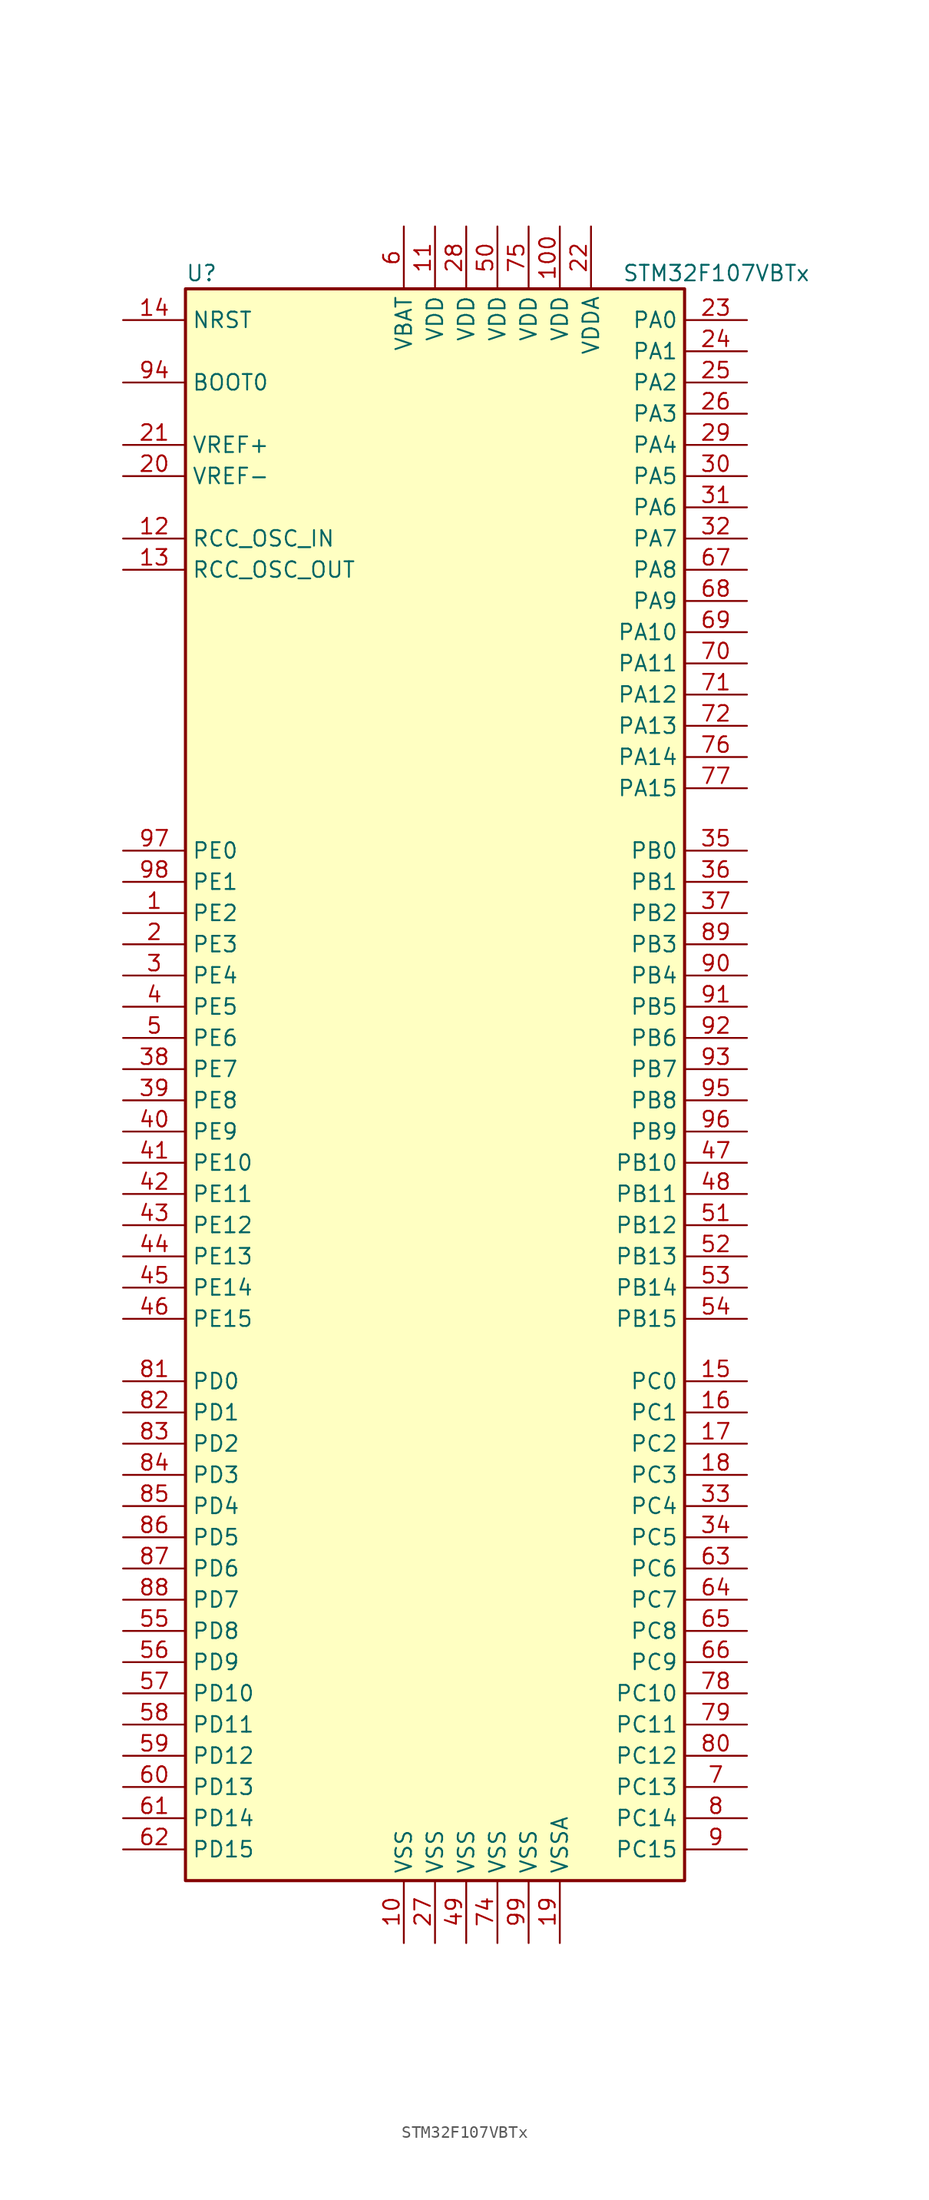
<source format=kicad_sym>
(kicad_symbol_lib
  (version 20211014)
  (generator kicad_symbol_editor)
  (symbol "STM32F107VBTx"
    (property "Reference" "U"
      (at -20.32 64.77 0)
      (effects (font (size 1.27 1.27)) (justify left)))
    (property "Value" "STM32F107VBTx"
      (at 15.24 64.77 0)
      (effects (font (size 1.27 1.27)) (justify left)))
    (symbol "STM32F107VBTx_0_1"
      (rectangle (start -20.32 -66.04) (end 20.32 63.5) (stroke (width 0.254) (type default) (color 0 0 0 0)) (fill (type background))))
    (symbol "STM32F107VBTx_1_1"
      (pin bidirectional line (at -25.4 12.7 0) (length 5.08) (name "PE2" (effects (font (size 1.27 1.27)))) (number "1" (effects (font (size 1.27 1.27)))))
      (pin power_in line (at -2.54 -71.12 90) (length 5.08) (name "VSS" (effects (font (size 1.27 1.27)))) (number "10" (effects (font (size 1.27 1.27)))))
      (pin power_in line (at 10.16 68.58 270) (length 5.08) (name "VDD" (effects (font (size 1.27 1.27)))) (number "100" (effects (font (size 1.27 1.27)))))
      (pin power_in line (at 0 68.58 270) (length 5.08) (name "VDD" (effects (font (size 1.27 1.27)))) (number "11" (effects (font (size 1.27 1.27)))))
      (pin input line (at -25.4 43.18 0) (length 5.08) (name "RCC_OSC_IN" (effects (font (size 1.27 1.27)))) (number "12" (effects (font (size 1.27 1.27)))))
      (pin input line (at -25.4 40.64 0) (length 5.08) (name "RCC_OSC_OUT" (effects (font (size 1.27 1.27)))) (number "13" (effects (font (size 1.27 1.27)))))
      (pin input line (at -25.4 60.96 0) (length 5.08) (name "NRST" (effects (font (size 1.27 1.27)))) (number "14" (effects (font (size 1.27 1.27)))))
      (pin bidirectional line (at 25.4 -25.4 180) (length 5.08) (name "PC0" (effects (font (size 1.27 1.27)))) (number "15" (effects (font (size 1.27 1.27)))))
      (pin bidirectional line (at 25.4 -27.94 180) (length 5.08) (name "PC1" (effects (font (size 1.27 1.27)))) (number "16" (effects (font (size 1.27 1.27)))))
      (pin bidirectional line (at 25.4 -30.48 180) (length 5.08) (name "PC2" (effects (font (size 1.27 1.27)))) (number "17" (effects (font (size 1.27 1.27)))))
      (pin bidirectional line (at 25.4 -33.02 180) (length 5.08) (name "PC3" (effects (font (size 1.27 1.27)))) (number "18" (effects (font (size 1.27 1.27)))))
      (pin power_in line (at 10.16 -71.12 90) (length 5.08) (name "VSSA" (effects (font (size 1.27 1.27)))) (number "19" (effects (font (size 1.27 1.27)))))
      (pin bidirectional line (at -25.4 10.16 0) (length 5.08) (name "PE3" (effects (font (size 1.27 1.27)))) (number "2" (effects (font (size 1.27 1.27)))))
      (pin power_in line (at -25.4 48.26 0) (length 5.08) (name "VREF-" (effects (font (size 1.27 1.27)))) (number "20" (effects (font (size 1.27 1.27)))))
      (pin power_in line (at -25.4 50.8 0) (length 5.08) (name "VREF+" (effects (font (size 1.27 1.27)))) (number "21" (effects (font (size 1.27 1.27)))))
      (pin power_in line (at 12.7 68.58 270) (length 5.08) (name "VDDA" (effects (font (size 1.27 1.27)))) (number "22" (effects (font (size 1.27 1.27)))))
      (pin bidirectional line (at 25.4 60.96 180) (length 5.08) (name "PA0" (effects (font (size 1.27 1.27)))) (number "23" (effects (font (size 1.27 1.27)))))
      (pin bidirectional line (at 25.4 58.42 180) (length 5.08) (name "PA1" (effects (font (size 1.27 1.27)))) (number "24" (effects (font (size 1.27 1.27)))))
      (pin bidirectional line (at 25.4 55.88 180) (length 5.08) (name "PA2" (effects (font (size 1.27 1.27)))) (number "25" (effects (font (size 1.27 1.27)))))
      (pin bidirectional line (at 25.4 53.34 180) (length 5.08) (name "PA3" (effects (font (size 1.27 1.27)))) (number "26" (effects (font (size 1.27 1.27)))))
      (pin power_in line (at 0 -71.12 90) (length 5.08) (name "VSS" (effects (font (size 1.27 1.27)))) (number "27" (effects (font (size 1.27 1.27)))))
      (pin power_in line (at 2.54 68.58 270) (length 5.08) (name "VDD" (effects (font (size 1.27 1.27)))) (number "28" (effects (font (size 1.27 1.27)))))
      (pin bidirectional line (at 25.4 50.8 180) (length 5.08) (name "PA4" (effects (font (size 1.27 1.27)))) (number "29" (effects (font (size 1.27 1.27)))))
      (pin bidirectional line (at -25.4 7.62 0) (length 5.08) (name "PE4" (effects (font (size 1.27 1.27)))) (number "3" (effects (font (size 1.27 1.27)))))
      (pin bidirectional line (at 25.4 48.26 180) (length 5.08) (name "PA5" (effects (font (size 1.27 1.27)))) (number "30" (effects (font (size 1.27 1.27)))))
      (pin bidirectional line (at 25.4 45.72 180) (length 5.08) (name "PA6" (effects (font (size 1.27 1.27)))) (number "31" (effects (font (size 1.27 1.27)))))
      (pin bidirectional line (at 25.4 43.18 180) (length 5.08) (name "PA7" (effects (font (size 1.27 1.27)))) (number "32" (effects (font (size 1.27 1.27)))))
      (pin bidirectional line (at 25.4 -35.56 180) (length 5.08) (name "PC4" (effects (font (size 1.27 1.27)))) (number "33" (effects (font (size 1.27 1.27)))))
      (pin bidirectional line (at 25.4 -38.1 180) (length 5.08) (name "PC5" (effects (font (size 1.27 1.27)))) (number "34" (effects (font (size 1.27 1.27)))))
      (pin bidirectional line (at 25.4 17.78 180) (length 5.08) (name "PB0" (effects (font (size 1.27 1.27)))) (number "35" (effects (font (size 1.27 1.27)))))
      (pin bidirectional line (at 25.4 15.24 180) (length 5.08) (name "PB1" (effects (font (size 1.27 1.27)))) (number "36" (effects (font (size 1.27 1.27)))))
      (pin bidirectional line (at 25.4 12.7 180) (length 5.08) (name "PB2" (effects (font (size 1.27 1.27)))) (number "37" (effects (font (size 1.27 1.27)))))
      (pin bidirectional line (at -25.4 0 0) (length 5.08) (name "PE7" (effects (font (size 1.27 1.27)))) (number "38" (effects (font (size 1.27 1.27)))))
      (pin bidirectional line (at -25.4 -2.54 0) (length 5.08) (name "PE8" (effects (font (size 1.27 1.27)))) (number "39" (effects (font (size 1.27 1.27)))))
      (pin bidirectional line (at -25.4 5.08 0) (length 5.08) (name "PE5" (effects (font (size 1.27 1.27)))) (number "4" (effects (font (size 1.27 1.27)))))
      (pin bidirectional line (at -25.4 -5.08 0) (length 5.08) (name "PE9" (effects (font (size 1.27 1.27)))) (number "40" (effects (font (size 1.27 1.27)))))
      (pin bidirectional line (at -25.4 -7.62 0) (length 5.08) (name "PE10" (effects (font (size 1.27 1.27)))) (number "41" (effects (font (size 1.27 1.27)))))
      (pin bidirectional line (at -25.4 -10.16 0) (length 5.08) (name "PE11" (effects (font (size 1.27 1.27)))) (number "42" (effects (font (size 1.27 1.27)))))
      (pin bidirectional line (at -25.4 -12.7 0) (length 5.08) (name "PE12" (effects (font (size 1.27 1.27)))) (number "43" (effects (font (size 1.27 1.27)))))
      (pin bidirectional line (at -25.4 -15.24 0) (length 5.08) (name "PE13" (effects (font (size 1.27 1.27)))) (number "44" (effects (font (size 1.27 1.27)))))
      (pin bidirectional line (at -25.4 -17.78 0) (length 5.08) (name "PE14" (effects (font (size 1.27 1.27)))) (number "45" (effects (font (size 1.27 1.27)))))
      (pin bidirectional line (at -25.4 -20.32 0) (length 5.08) (name "PE15" (effects (font (size 1.27 1.27)))) (number "46" (effects (font (size 1.27 1.27)))))
      (pin bidirectional line (at 25.4 -7.62 180) (length 5.08) (name "PB10" (effects (font (size 1.27 1.27)))) (number "47" (effects (font (size 1.27 1.27)))))
      (pin bidirectional line (at 25.4 -10.16 180) (length 5.08) (name "PB11" (effects (font (size 1.27 1.27)))) (number "48" (effects (font (size 1.27 1.27)))))
      (pin power_in line (at 2.54 -71.12 90) (length 5.08) (name "VSS" (effects (font (size 1.27 1.27)))) (number "49" (effects (font (size 1.27 1.27)))))
      (pin bidirectional line (at -25.4 2.54 0) (length 5.08) (name "PE6" (effects (font (size 1.27 1.27)))) (number "5" (effects (font (size 1.27 1.27)))))
      (pin power_in line (at 5.08 68.58 270) (length 5.08) (name "VDD" (effects (font (size 1.27 1.27)))) (number "50" (effects (font (size 1.27 1.27)))))
      (pin bidirectional line (at 25.4 -12.7 180) (length 5.08) (name "PB12" (effects (font (size 1.27 1.27)))) (number "51" (effects (font (size 1.27 1.27)))))
      (pin bidirectional line (at 25.4 -15.24 180) (length 5.08) (name "PB13" (effects (font (size 1.27 1.27)))) (number "52" (effects (font (size 1.27 1.27)))))
      (pin bidirectional line (at 25.4 -17.78 180) (length 5.08) (name "PB14" (effects (font (size 1.27 1.27)))) (number "53" (effects (font (size 1.27 1.27)))))
      (pin bidirectional line (at 25.4 -20.32 180) (length 5.08) (name "PB15" (effects (font (size 1.27 1.27)))) (number "54" (effects (font (size 1.27 1.27)))))
      (pin bidirectional line (at -25.4 -45.72 0) (length 5.08) (name "PD8" (effects (font (size 1.27 1.27)))) (number "55" (effects (font (size 1.27 1.27)))))
      (pin bidirectional line (at -25.4 -48.26 0) (length 5.08) (name "PD9" (effects (font (size 1.27 1.27)))) (number "56" (effects (font (size 1.27 1.27)))))
      (pin bidirectional line (at -25.4 -50.8 0) (length 5.08) (name "PD10" (effects (font (size 1.27 1.27)))) (number "57" (effects (font (size 1.27 1.27)))))
      (pin bidirectional line (at -25.4 -53.34 0) (length 5.08) (name "PD11" (effects (font (size 1.27 1.27)))) (number "58" (effects (font (size 1.27 1.27)))))
      (pin bidirectional line (at -25.4 -55.88 0) (length 5.08) (name "PD12" (effects (font (size 1.27 1.27)))) (number "59" (effects (font (size 1.27 1.27)))))
      (pin power_in line (at -2.54 68.58 270) (length 5.08) (name "VBAT" (effects (font (size 1.27 1.27)))) (number "6" (effects (font (size 1.27 1.27)))))
      (pin bidirectional line (at -25.4 -58.42 0) (length 5.08) (name "PD13" (effects (font (size 1.27 1.27)))) (number "60" (effects (font (size 1.27 1.27)))))
      (pin bidirectional line (at -25.4 -60.96 0) (length 5.08) (name "PD14" (effects (font (size 1.27 1.27)))) (number "61" (effects (font (size 1.27 1.27)))))
      (pin bidirectional line (at -25.4 -63.5 0) (length 5.08) (name "PD15" (effects (font (size 1.27 1.27)))) (number "62" (effects (font (size 1.27 1.27)))))
      (pin bidirectional line (at 25.4 -40.64 180) (length 5.08) (name "PC6" (effects (font (size 1.27 1.27)))) (number "63" (effects (font (size 1.27 1.27)))))
      (pin bidirectional line (at 25.4 -43.18 180) (length 5.08) (name "PC7" (effects (font (size 1.27 1.27)))) (number "64" (effects (font (size 1.27 1.27)))))
      (pin bidirectional line (at 25.4 -45.72 180) (length 5.08) (name "PC8" (effects (font (size 1.27 1.27)))) (number "65" (effects (font (size 1.27 1.27)))))
      (pin bidirectional line (at 25.4 -48.26 180) (length 5.08) (name "PC9" (effects (font (size 1.27 1.27)))) (number "66" (effects (font (size 1.27 1.27)))))
      (pin bidirectional line (at 25.4 40.64 180) (length 5.08) (name "PA8" (effects (font (size 1.27 1.27)))) (number "67" (effects (font (size 1.27 1.27)))))
      (pin bidirectional line (at 25.4 38.1 180) (length 5.08) (name "PA9" (effects (font (size 1.27 1.27)))) (number "68" (effects (font (size 1.27 1.27)))))
      (pin bidirectional line (at 25.4 35.56 180) (length 5.08) (name "PA10" (effects (font (size 1.27 1.27)))) (number "69" (effects (font (size 1.27 1.27)))))
      (pin bidirectional line (at 25.4 -58.42 180) (length 5.08) (name "PC13" (effects (font (size 1.27 1.27)))) (number "7" (effects (font (size 1.27 1.27)))))
      (pin bidirectional line (at 25.4 33.02 180) (length 5.08) (name "PA11" (effects (font (size 1.27 1.27)))) (number "70" (effects (font (size 1.27 1.27)))))
      (pin bidirectional line (at 25.4 30.48 180) (length 5.08) (name "PA12" (effects (font (size 1.27 1.27)))) (number "71" (effects (font (size 1.27 1.27)))))
      (pin bidirectional line (at 25.4 27.94 180) (length 5.08) (name "PA13" (effects (font (size 1.27 1.27)))) (number "72" (effects (font (size 1.27 1.27)))))
      (pin no_connect line (at -20.32 -63.5 0) (length 5.08) hide (name "NC" (effects (font (size 1.27 1.27)))) (number "73" (effects (font (size 1.27 1.27)))))
      (pin power_in line (at 5.08 -71.12 90) (length 5.08) (name "VSS" (effects (font (size 1.27 1.27)))) (number "74" (effects (font (size 1.27 1.27)))))
      (pin power_in line (at 7.62 68.58 270) (length 5.08) (name "VDD" (effects (font (size 1.27 1.27)))) (number "75" (effects (font (size 1.27 1.27)))))
      (pin bidirectional line (at 25.4 25.4 180) (length 5.08) (name "PA14" (effects (font (size 1.27 1.27)))) (number "76" (effects (font (size 1.27 1.27)))))
      (pin bidirectional line (at 25.4 22.86 180) (length 5.08) (name "PA15" (effects (font (size 1.27 1.27)))) (number "77" (effects (font (size 1.27 1.27)))))
      (pin bidirectional line (at 25.4 -50.8 180) (length 5.08) (name "PC10" (effects (font (size 1.27 1.27)))) (number "78" (effects (font (size 1.27 1.27)))))
      (pin bidirectional line (at 25.4 -53.34 180) (length 5.08) (name "PC11" (effects (font (size 1.27 1.27)))) (number "79" (effects (font (size 1.27 1.27)))))
      (pin bidirectional line (at 25.4 -60.96 180) (length 5.08) (name "PC14" (effects (font (size 1.27 1.27)))) (number "8" (effects (font (size 1.27 1.27)))))
      (pin bidirectional line (at 25.4 -55.88 180) (length 5.08) (name "PC12" (effects (font (size 1.27 1.27)))) (number "80" (effects (font (size 1.27 1.27)))))
      (pin bidirectional line (at -25.4 -25.4 0) (length 5.08) (name "PD0" (effects (font (size 1.27 1.27)))) (number "81" (effects (font (size 1.27 1.27)))))
      (pin bidirectional line (at -25.4 -27.94 0) (length 5.08) (name "PD1" (effects (font (size 1.27 1.27)))) (number "82" (effects (font (size 1.27 1.27)))))
      (pin bidirectional line (at -25.4 -30.48 0) (length 5.08) (name "PD2" (effects (font (size 1.27 1.27)))) (number "83" (effects (font (size 1.27 1.27)))))
      (pin bidirectional line (at -25.4 -33.02 0) (length 5.08) (name "PD3" (effects (font (size 1.27 1.27)))) (number "84" (effects (font (size 1.27 1.27)))))
      (pin bidirectional line (at -25.4 -35.56 0) (length 5.08) (name "PD4" (effects (font (size 1.27 1.27)))) (number "85" (effects (font (size 1.27 1.27)))))
      (pin bidirectional line (at -25.4 -38.1 0) (length 5.08) (name "PD5" (effects (font (size 1.27 1.27)))) (number "86" (effects (font (size 1.27 1.27)))))
      (pin bidirectional line (at -25.4 -40.64 0) (length 5.08) (name "PD6" (effects (font (size 1.27 1.27)))) (number "87" (effects (font (size 1.27 1.27)))))
      (pin bidirectional line (at -25.4 -43.18 0) (length 5.08) (name "PD7" (effects (font (size 1.27 1.27)))) (number "88" (effects (font (size 1.27 1.27)))))
      (pin bidirectional line (at 25.4 10.16 180) (length 5.08) (name "PB3" (effects (font (size 1.27 1.27)))) (number "89" (effects (font (size 1.27 1.27)))))
      (pin bidirectional line (at 25.4 -63.5 180) (length 5.08) (name "PC15" (effects (font (size 1.27 1.27)))) (number "9" (effects (font (size 1.27 1.27)))))
      (pin bidirectional line (at 25.4 7.62 180) (length 5.08) (name "PB4" (effects (font (size 1.27 1.27)))) (number "90" (effects (font (size 1.27 1.27)))))
      (pin bidirectional line (at 25.4 5.08 180) (length 5.08) (name "PB5" (effects (font (size 1.27 1.27)))) (number "91" (effects (font (size 1.27 1.27)))))
      (pin bidirectional line (at 25.4 2.54 180) (length 5.08) (name "PB6" (effects (font (size 1.27 1.27)))) (number "92" (effects (font (size 1.27 1.27)))))
      (pin bidirectional line (at 25.4 0 180) (length 5.08) (name "PB7" (effects (font (size 1.27 1.27)))) (number "93" (effects (font (size 1.27 1.27)))))
      (pin input line (at -25.4 55.88 0) (length 5.08) (name "BOOT0" (effects (font (size 1.27 1.27)))) (number "94" (effects (font (size 1.27 1.27)))))
      (pin bidirectional line (at 25.4 -2.54 180) (length 5.08) (name "PB8" (effects (font (size 1.27 1.27)))) (number "95" (effects (font (size 1.27 1.27)))))
      (pin bidirectional line (at 25.4 -5.08 180) (length 5.08) (name "PB9" (effects (font (size 1.27 1.27)))) (number "96" (effects (font (size 1.27 1.27)))))
      (pin bidirectional line (at -25.4 17.78 0) (length 5.08) (name "PE0" (effects (font (size 1.27 1.27)))) (number "97" (effects (font (size 1.27 1.27)))))
      (pin bidirectional line (at -25.4 15.24 0) (length 5.08) (name "PE1" (effects (font (size 1.27 1.27)))) (number "98" (effects (font (size 1.27 1.27)))))
      (pin power_in line (at 7.62 -71.12 90) (length 5.08) (name "VSS" (effects (font (size 1.27 1.27)))) (number "99" (effects (font (size 1.27 1.27))))))))
</source>
